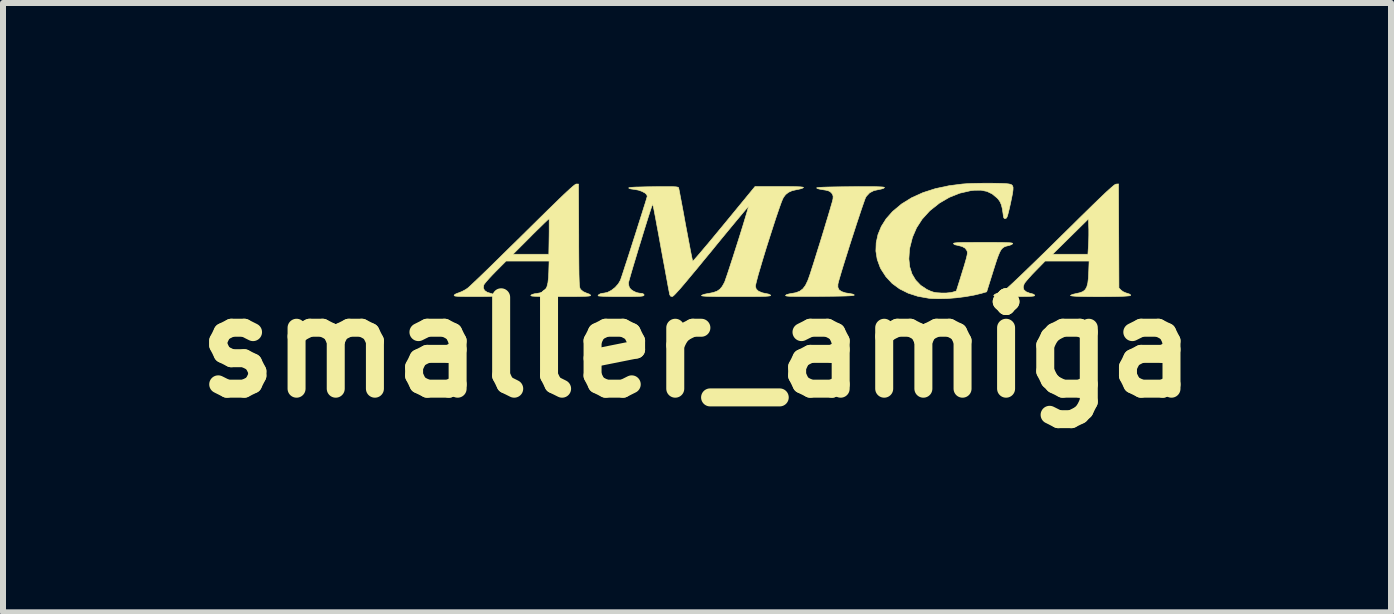
<source format=kicad_pcb>
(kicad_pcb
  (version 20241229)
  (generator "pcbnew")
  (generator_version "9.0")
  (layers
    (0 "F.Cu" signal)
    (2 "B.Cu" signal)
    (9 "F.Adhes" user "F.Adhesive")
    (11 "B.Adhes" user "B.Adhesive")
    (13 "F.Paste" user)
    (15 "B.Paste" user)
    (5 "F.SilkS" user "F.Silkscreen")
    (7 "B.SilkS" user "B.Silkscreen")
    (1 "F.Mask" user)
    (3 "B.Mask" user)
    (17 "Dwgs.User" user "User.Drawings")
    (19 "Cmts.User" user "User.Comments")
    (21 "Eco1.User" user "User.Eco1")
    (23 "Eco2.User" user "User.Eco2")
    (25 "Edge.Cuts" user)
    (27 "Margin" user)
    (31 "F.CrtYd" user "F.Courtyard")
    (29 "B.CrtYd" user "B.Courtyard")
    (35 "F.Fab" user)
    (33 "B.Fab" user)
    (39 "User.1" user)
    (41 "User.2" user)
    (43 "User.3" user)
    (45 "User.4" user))
  (footprint "smaller_amiga"
    (layer "F.Cu")
    (at 8.571 2.741)
    (property "Reference" "smaller_amiga" (at 0 0 0) (layer "F.SilkS") (effects (font (size 1.524 1.524) (thickness 0.3))))
    (attr through_hole)
    (fp_poly (pts (xy 2.921 -2.679) (xy 2.994 -2.678) (xy 3.049 -2.676) (xy 3.087 -2.674) (xy 3.11 -2.671) (xy 3.122 -2.667) (xy 3.125 -2.662) (xy 3.124 -2.662) (xy 3.106 -2.649) (xy 3.067 -2.638) (xy 3.039 -2.633) (xy 2.948 -2.613) (xy 2.878 -2.577) (xy 2.825 -2.521) (xy 2.814 -2.503) (xy 2.803 -2.48) (xy 2.786 -2.432) (xy 2.762 -2.364) (xy 2.733 -2.279) (xy 2.7 -2.179) (xy 2.663 -2.068) (xy 2.625 -1.95) (xy 2.585 -1.827) (xy 2.545 -1.703) (xy 2.507 -1.581) (xy 2.47 -1.464) (xy 2.436 -1.355) (xy 2.406 -1.257) (xy 2.382 -1.175) (xy 2.363 -1.11) (xy 2.352 -1.066) (xy 2.349 -1.055) (xy 2.348 -1.002) (xy 2.367 -0.96) (xy 2.409 -0.93) (xy 2.475 -0.908) (xy 2.544 -0.897) (xy 2.594 -0.888) (xy 2.619 -0.877) (xy 2.621 -0.87) (xy 2.611 -0.866) (xy 2.584 -0.862) (xy 2.539 -0.859) (xy 2.473 -0.856) (xy 2.385 -0.854) (xy 2.272 -0.852) (xy 2.135 -0.851) (xy 2.042 -0.85) (xy 1.897 -0.849) (xy 1.779 -0.849) (xy 1.684 -0.849) (xy 1.61 -0.85) (xy 1.555 -0.851) (xy 1.517 -0.853) (xy 1.492 -0.856) (xy 1.479 -0.86) (xy 1.476 -0.865) (xy 1.476 -0.866) (xy 1.494 -0.88) (xy 1.535 -0.891) (xy 1.564 -0.896) (xy 1.647 -0.911) (xy 1.713 -0.936) (xy 1.765 -0.976) (xy 1.808 -1.033) (xy 1.846 -1.112) (xy 1.868 -1.172) (xy 1.888 -1.23) (xy 1.912 -1.306) (xy 1.942 -1.398) (xy 1.974 -1.501) (xy 2.009 -1.614) (xy 2.046 -1.731) (xy 2.083 -1.851) (xy 2.119 -1.969) (xy 2.153 -2.083) (xy 2.185 -2.188) (xy 2.213 -2.282) (xy 2.236 -2.362) (xy 2.254 -2.423) (xy 2.264 -2.463) (xy 2.267 -2.476) (xy 2.269 -2.52) (xy 2.258 -2.552) (xy 2.242 -2.574) (xy 2.219 -2.595) (xy 2.191 -2.609) (xy 2.149 -2.62) (xy 2.099 -2.628) (xy 2.041 -2.638) (xy 2.005 -2.648) (xy 1.994 -2.658) (xy 1.994 -2.659) (xy 2.007 -2.663) (xy 2.042 -2.667) (xy 2.101 -2.67) (xy 2.185 -2.673) (xy 2.294 -2.675) (xy 2.43 -2.677) (xy 2.565 -2.678) (xy 2.709 -2.679) (xy 2.827 -2.679) (xy 2.921 -2.679)) (stroke (width 0.01) (type solid)) (fill yes) (layer "F.SilkS"))
    (fp_poly (pts (xy 7.034 -0.99) (xy 7.068 -0.955) (xy 7.102 -0.929) (xy 7.149 -0.908) (xy 7.169 -0.902) (xy 7.213 -0.887) (xy 7.23 -0.872) (xy 7.229 -0.866) (xy 7.214 -0.86) (xy 7.175 -0.856) (xy 7.115 -0.852) (xy 7.04 -0.849) (xy 6.952 -0.847) (xy 6.856 -0.846) (xy 6.754 -0.845) (xy 6.652 -0.845) (xy 6.553 -0.846) (xy 6.46 -0.847) (xy 6.377 -0.849) (xy 6.309 -0.852) (xy 6.259 -0.856) (xy 6.231 -0.861) (xy 6.226 -0.864) (xy 6.242 -0.875) (xy 6.278 -0.887) (xy 6.327 -0.898) (xy 6.389 -0.912) (xy 6.437 -0.932) (xy 6.473 -0.963) (xy 6.498 -1.008) (xy 6.515 -1.071) (xy 6.525 -1.155) (xy 6.53 -1.252) (xy 6.537 -1.439) (xy 5.804 -1.439) (xy 5.642 -1.273) (xy 5.585 -1.214) (xy 5.534 -1.158) (xy 5.492 -1.109) (xy 5.464 -1.074) (xy 5.455 -1.06) (xy 5.438 -1.006) (xy 5.448 -0.962) (xy 5.484 -0.928) (xy 5.546 -0.903) (xy 5.578 -0.896) (xy 5.614 -0.884) (xy 5.63 -0.869) (xy 5.63 -0.866) (xy 5.626 -0.86) (xy 5.611 -0.855) (xy 5.583 -0.852) (xy 5.538 -0.849) (xy 5.474 -0.848) (xy 5.387 -0.847) (xy 5.285 -0.847) (xy 5.177 -0.847) (xy 5.093 -0.848) (xy 5.032 -0.849) (xy 4.99 -0.851) (xy 4.964 -0.854) (xy 4.951 -0.859) (xy 4.947 -0.865) (xy 4.948 -0.868) (xy 4.966 -0.884) (xy 5 -0.9) (xy 5.014 -0.904) (xy 5.059 -0.92) (xy 5.112 -0.947) (xy 5.148 -0.969) (xy 5.17 -0.986) (xy 5.209 -1.022) (xy 5.266 -1.074) (xy 5.338 -1.142) (xy 5.423 -1.223) (xy 5.52 -1.317) (xy 5.628 -1.421) (xy 5.744 -1.534) (xy 5.763 -1.552) (xy 5.927 -1.552) (xy 6.517 -1.552) (xy 6.526 -1.697) (xy 6.53 -1.779) (xy 6.532 -1.873) (xy 6.532 -1.963) (xy 6.531 -1.992) (xy 6.526 -2.142) (xy 5.927 -1.552) (xy 5.763 -1.552) (xy 5.867 -1.654) (xy 5.996 -1.781) (xy 6.083 -1.867) (xy 6.24 -2.021) (xy 6.377 -2.157) (xy 6.497 -2.274) (xy 6.6 -2.375) (xy 6.689 -2.461) (xy 6.763 -2.532) (xy 6.824 -2.59) (xy 6.874 -2.635) (xy 6.913 -2.67) (xy 6.943 -2.695) (xy 6.964 -2.711) (xy 6.979 -2.719) (xy 6.985 -2.721) (xy 7.027 -2.725) (xy 7.034 -0.99)) (stroke (width 0.01) (type solid)) (fill yes) (layer "F.SilkS"))
    (fp_poly (pts (xy -1.972 -1.864) (xy -1.972 -1.687) (xy -1.971 -1.536) (xy -1.97 -1.408) (xy -1.969 -1.303) (xy -1.968 -1.217) (xy -1.966 -1.148) (xy -1.964 -1.094) (xy -1.962 -1.053) (xy -1.959 -1.023) (xy -1.956 -1.002) (xy -1.952 -0.987) (xy -1.947 -0.976) (xy -1.941 -0.967) (xy -1.939 -0.964) (xy -1.898 -0.929) (xy -1.839 -0.903) (xy -1.795 -0.887) (xy -1.775 -0.871) (xy -1.774 -0.864) (xy -1.782 -0.859) (xy -1.803 -0.855) (xy -1.841 -0.852) (xy -1.896 -0.85) (xy -1.971 -0.848) (xy -2.069 -0.847) (xy -2.191 -0.847) (xy -2.28 -0.847) (xy -2.413 -0.847) (xy -2.521 -0.847) (xy -2.605 -0.848) (xy -2.669 -0.85) (xy -2.715 -0.852) (xy -2.746 -0.854) (xy -2.763 -0.858) (xy -2.771 -0.863) (xy -2.771 -0.867) (xy -2.751 -0.882) (xy -2.706 -0.894) (xy -2.679 -0.897) (xy -2.615 -0.909) (xy -2.565 -0.929) (xy -2.529 -0.962) (xy -2.503 -1.009) (xy -2.486 -1.076) (xy -2.476 -1.165) (xy -2.472 -1.245) (xy -2.466 -1.439) (xy -3.183 -1.439) (xy -3.362 -1.259) (xy -3.421 -1.198) (xy -3.473 -1.142) (xy -3.515 -1.094) (xy -3.544 -1.058) (xy -3.555 -1.04) (xy -3.562 -0.99) (xy -3.543 -0.949) (xy -3.498 -0.918) (xy -3.427 -0.896) (xy -3.423 -0.895) (xy -3.389 -0.884) (xy -3.373 -0.868) (xy -3.373 -0.866) (xy -3.377 -0.86) (xy -3.392 -0.855) (xy -3.42 -0.852) (xy -3.465 -0.849) (xy -3.53 -0.848) (xy -3.617 -0.847) (xy -3.711 -0.847) (xy -3.82 -0.847) (xy -3.903 -0.848) (xy -3.964 -0.849) (xy -4.006 -0.852) (xy -4.033 -0.855) (xy -4.046 -0.86) (xy -4.05 -0.867) (xy -4.037 -0.883) (xy -4.001 -0.9) (xy -3.974 -0.909) (xy -3.919 -0.931) (xy -3.859 -0.963) (xy -3.825 -0.986) (xy -3.804 -1.004) (xy -3.764 -1.041) (xy -3.708 -1.094) (xy -3.636 -1.162) (xy -3.551 -1.244) (xy -3.454 -1.338) (xy -3.347 -1.443) (xy -3.236 -1.552) (xy -3.069 -1.552) (xy -2.471 -1.552) (xy -2.466 -1.845) (xy -2.465 -1.933) (xy -2.465 -2.011) (xy -2.465 -2.075) (xy -2.465 -2.12) (xy -2.466 -2.143) (xy -2.466 -2.144) (xy -2.477 -2.136) (xy -2.505 -2.111) (xy -2.548 -2.07) (xy -2.603 -2.016) (xy -2.669 -1.952) (xy -2.742 -1.88) (xy -2.77 -1.851) (xy -3.069 -1.552) (xy -3.236 -1.552) (xy -3.232 -1.556) (xy -3.109 -1.677) (xy -2.98 -1.803) (xy -2.9 -1.882) (xy -2.744 -2.036) (xy -2.606 -2.172) (xy -2.487 -2.289) (xy -2.383 -2.39) (xy -2.296 -2.475) (xy -2.222 -2.546) (xy -2.161 -2.603) (xy -2.113 -2.647) (xy -2.075 -2.68) (xy -2.047 -2.703) (xy -2.027 -2.717) (xy -2.015 -2.723) (xy -2.012 -2.723) (xy -1.976 -2.723) (xy -1.972 -1.864)) (stroke (width 0.01) (type solid)) (fill yes) (layer "F.SilkS"))
    (fp_poly (pts (xy 4.985 -2.735) (xy 5.073 -2.733) (xy 5.143 -2.73) (xy 5.186 -2.726) (xy 5.22 -2.72) (xy 5.245 -2.71) (xy 5.261 -2.693) (xy 5.269 -2.666) (xy 5.268 -2.624) (xy 5.26 -2.565) (xy 5.244 -2.485) (xy 5.226 -2.399) (xy 5.206 -2.31) (xy 5.19 -2.245) (xy 5.178 -2.2) (xy 5.168 -2.172) (xy 5.158 -2.156) (xy 5.147 -2.149) (xy 5.142 -2.148) (xy 5.125 -2.148) (xy 5.114 -2.161) (xy 5.107 -2.191) (xy 5.103 -2.224) (xy 5.09 -2.311) (xy 5.074 -2.376) (xy 5.052 -2.427) (xy 5.022 -2.47) (xy 5.001 -2.492) (xy 4.921 -2.558) (xy 4.834 -2.6) (xy 4.735 -2.62) (xy 4.621 -2.619) (xy 4.562 -2.612) (xy 4.379 -2.57) (xy 4.206 -2.501) (xy 4.043 -2.406) (xy 3.89 -2.285) (xy 3.87 -2.266) (xy 3.753 -2.137) (xy 3.66 -1.993) (xy 3.592 -1.836) (xy 3.548 -1.664) (xy 3.541 -1.619) (xy 3.532 -1.474) (xy 3.546 -1.342) (xy 3.584 -1.223) (xy 3.645 -1.121) (xy 3.728 -1.034) (xy 3.832 -0.965) (xy 3.845 -0.959) (xy 3.898 -0.935) (xy 3.943 -0.92) (xy 3.992 -0.911) (xy 4.056 -0.907) (xy 4.07 -0.906) (xy 4.156 -0.906) (xy 4.228 -0.913) (xy 4.261 -0.92) (xy 4.323 -0.939) (xy 4.385 -1.136) (xy 4.422 -1.256) (xy 4.452 -1.352) (xy 4.474 -1.427) (xy 4.49 -1.484) (xy 4.5 -1.526) (xy 4.506 -1.557) (xy 4.507 -1.58) (xy 4.505 -1.597) (xy 4.5 -1.611) (xy 4.5 -1.612) (xy 4.471 -1.653) (xy 4.421 -1.681) (xy 4.348 -1.7) (xy 4.343 -1.701) (xy 4.297 -1.711) (xy 4.277 -1.726) (xy 4.276 -1.73) (xy 4.28 -1.736) (xy 4.293 -1.74) (xy 4.319 -1.743) (xy 4.359 -1.746) (xy 4.416 -1.748) (xy 4.494 -1.749) (xy 4.593 -1.749) (xy 4.717 -1.75) (xy 4.77 -1.75) (xy 4.904 -1.75) (xy 5.013 -1.749) (xy 5.099 -1.748) (xy 5.163 -1.746) (xy 5.21 -1.744) (xy 5.24 -1.741) (xy 5.257 -1.737) (xy 5.263 -1.732) (xy 5.263 -1.731) (xy 5.25 -1.716) (xy 5.215 -1.702) (xy 5.188 -1.695) (xy 5.151 -1.686) (xy 5.121 -1.674) (xy 5.095 -1.656) (xy 5.071 -1.63) (xy 5.049 -1.591) (xy 5.026 -1.538) (xy 5 -1.467) (xy 4.97 -1.375) (xy 4.935 -1.264) (xy 4.829 -0.926) (xy 4.74 -0.9) (xy 4.614 -0.87) (xy 4.472 -0.845) (xy 4.321 -0.826) (xy 4.17 -0.814) (xy 4.027 -0.811) (xy 3.9 -0.815) (xy 3.862 -0.819) (xy 3.682 -0.851) (xy 3.521 -0.903) (xy 3.377 -0.975) (xy 3.253 -1.066) (xy 3.15 -1.177) (xy 3.067 -1.305) (xy 3.053 -1.333) (xy 3.004 -1.467) (xy 2.982 -1.605) (xy 2.987 -1.744) (xy 3.017 -1.881) (xy 3.072 -2.015) (xy 3.152 -2.142) (xy 3.257 -2.261) (xy 3.263 -2.267) (xy 3.41 -2.39) (xy 3.578 -2.494) (xy 3.766 -2.579) (xy 3.974 -2.646) (xy 4.204 -2.695) (xy 4.424 -2.723) (xy 4.492 -2.728) (xy 4.579 -2.732) (xy 4.677 -2.734) (xy 4.782 -2.736) (xy 4.886 -2.736) (xy 4.985 -2.735)) (stroke (width 0.01) (type solid)) (fill yes) (layer "F.SilkS"))
    (fp_poly (pts (xy 1.498 -2.681) (xy 1.596 -2.68) (xy 1.67 -2.678) (xy 1.723 -2.676) (xy 1.756 -2.672) (xy 1.772 -2.668) (xy 1.775 -2.664) (xy 1.759 -2.654) (xy 1.723 -2.642) (xy 1.674 -2.631) (xy 1.669 -2.631) (xy 1.586 -2.612) (xy 1.525 -2.585) (xy 1.477 -2.547) (xy 1.44 -2.498) (xy 1.426 -2.469) (xy 1.405 -2.417) (xy 1.379 -2.345) (xy 1.348 -2.255) (xy 1.313 -2.152) (xy 1.276 -2.038) (xy 1.237 -1.917) (xy 1.197 -1.792) (xy 1.157 -1.666) (xy 1.119 -1.542) (xy 1.083 -1.423) (xy 1.051 -1.314) (xy 1.022 -1.217) (xy 1 -1.134) (xy 0.984 -1.071) (xy 0.975 -1.029) (xy 0.974 -1.017) (xy 0.987 -0.971) (xy 1.026 -0.935) (xy 1.091 -0.909) (xy 1.134 -0.9) (xy 1.192 -0.888) (xy 1.222 -0.874) (xy 1.228 -0.866) (xy 1.223 -0.861) (xy 1.209 -0.857) (xy 1.183 -0.854) (xy 1.142 -0.851) (xy 1.084 -0.849) (xy 1.007 -0.848) (xy 0.908 -0.847) (xy 0.786 -0.847) (xy 0.648 -0.847) (xy 0.498 -0.847) (xy 0.375 -0.847) (xy 0.276 -0.848) (xy 0.199 -0.85) (xy 0.142 -0.852) (xy 0.104 -0.855) (xy 0.082 -0.858) (xy 0.074 -0.863) (xy 0.074 -0.864) (xy 0.09 -0.874) (xy 0.126 -0.886) (xy 0.176 -0.896) (xy 0.185 -0.897) (xy 0.27 -0.914) (xy 0.333 -0.936) (xy 0.38 -0.968) (xy 0.419 -1.014) (xy 0.455 -1.078) (xy 0.456 -1.079) (xy 0.466 -1.104) (xy 0.482 -1.151) (xy 0.505 -1.217) (xy 0.532 -1.299) (xy 0.563 -1.394) (xy 0.597 -1.498) (xy 0.632 -1.608) (xy 0.668 -1.721) (xy 0.704 -1.834) (xy 0.738 -1.943) (xy 0.77 -2.046) (xy 0.798 -2.139) (xy 0.822 -2.219) (xy 0.841 -2.283) (xy 0.853 -2.327) (xy 0.858 -2.348) (xy 0.858 -2.35) (xy 0.849 -2.34) (xy 0.823 -2.31) (xy 0.782 -2.262) (xy 0.728 -2.197) (xy 0.661 -2.117) (xy 0.584 -2.024) (xy 0.498 -1.92) (xy 0.404 -1.806) (xy 0.304 -1.684) (xy 0.236 -1.6) (xy 0.111 -1.449) (xy 0.004 -1.318) (xy -0.089 -1.207) (xy -0.167 -1.113) (xy -0.232 -1.036) (xy -0.285 -0.974) (xy -0.328 -0.927) (xy -0.361 -0.891) (xy -0.385 -0.867) (xy -0.402 -0.853) (xy -0.414 -0.847) (xy -0.416 -0.847) (xy -0.443 -0.855) (xy -0.457 -0.883) (xy -0.457 -0.885) (xy -0.461 -0.907) (xy -0.47 -0.953) (xy -0.483 -1.021) (xy -0.499 -1.109) (xy -0.518 -1.212) (xy -0.539 -1.328) (xy -0.563 -1.455) (xy -0.586 -1.58) (xy -0.617 -1.751) (xy -0.643 -1.895) (xy -0.666 -2.016) (xy -0.684 -2.115) (xy -0.699 -2.195) (xy -0.711 -2.257) (xy -0.72 -2.304) (xy -0.727 -2.338) (xy -0.733 -2.361) (xy -0.736 -2.374) (xy -0.739 -2.38) (xy -0.741 -2.382) (xy -0.742 -2.381) (xy -0.749 -2.365) (xy -0.763 -2.325) (xy -0.783 -2.265) (xy -0.808 -2.188) (xy -0.837 -2.096) (xy -0.869 -1.993) (xy -0.903 -1.883) (xy -0.938 -1.768) (xy -0.974 -1.653) (xy -1.008 -1.539) (xy -1.041 -1.43) (xy -1.071 -1.331) (xy -1.097 -1.242) (xy -1.118 -1.169) (xy -1.133 -1.115) (xy -1.142 -1.081) (xy -1.143 -1.073) (xy -1.137 -1.028) (xy -1.127 -0.996) (xy -1.101 -0.965) (xy -1.058 -0.936) (xy -1.008 -0.913) (xy -0.96 -0.903) (xy -0.956 -0.903) (xy -0.909 -0.898) (xy -0.885 -0.884) (xy -0.884 -0.867) (xy -0.891 -0.861) (xy -0.907 -0.856) (xy -0.936 -0.852) (xy -0.981 -0.85) (xy -1.044 -0.848) (xy -1.129 -0.847) (xy -1.238 -0.847) (xy -1.272 -0.847) (xy -1.389 -0.847) (xy -1.487 -0.849) (xy -1.564 -0.851) (xy -1.618 -0.854) (xy -1.647 -0.858) (xy -1.651 -0.86) (xy -1.638 -0.879) (xy -1.607 -0.895) (xy -1.567 -0.903) (xy -1.557 -0.903) (xy -1.494 -0.916) (xy -1.428 -0.95) (xy -1.365 -0.999) (xy -1.312 -1.059) (xy -1.277 -1.119) (xy -1.269 -1.142) (xy -1.253 -1.189) (xy -1.231 -1.256) (xy -1.204 -1.34) (xy -1.172 -1.437) (xy -1.137 -1.545) (xy -1.1 -1.66) (xy -1.062 -1.78) (xy -1.023 -1.901) (xy -0.986 -2.019) (xy -0.95 -2.132) (xy -0.917 -2.236) (xy -0.888 -2.329) (xy -0.863 -2.407) (xy -0.845 -2.467) (xy -0.834 -2.505) (xy -0.83 -2.518) (xy -0.839 -2.546) (xy -0.869 -2.574) (xy -0.917 -2.6) (xy -0.977 -2.621) (xy -1.043 -2.633) (xy -1.049 -2.634) (xy -1.102 -2.641) (xy -1.133 -2.65) (xy -1.139 -2.659) (xy -1.125 -2.664) (xy -1.088 -2.668) (xy -1.026 -2.672) (xy -0.939 -2.674) (xy -0.825 -2.677) (xy -0.723 -2.678) (xy -0.604 -2.679) (xy -0.511 -2.679) (xy -0.439 -2.679) (xy -0.387 -2.678) (xy -0.351 -2.676) (xy -0.328 -2.672) (xy -0.314 -2.668) (xy -0.308 -2.662) (xy -0.306 -2.657) (xy -0.302 -2.638) (xy -0.293 -2.594) (xy -0.281 -2.529) (xy -0.265 -2.445) (xy -0.246 -2.345) (xy -0.225 -2.233) (xy -0.203 -2.11) (xy -0.19 -2.039) (xy -0.166 -1.913) (xy -0.144 -1.796) (xy -0.124 -1.691) (xy -0.107 -1.6) (xy -0.092 -1.526) (xy -0.081 -1.473) (xy -0.074 -1.442) (xy -0.072 -1.437) (xy -0.062 -1.445) (xy -0.035 -1.474) (xy 0.006 -1.521) (xy 0.06 -1.584) (xy 0.125 -1.661) (xy 0.201 -1.751) (xy 0.284 -1.851) (xy 0.374 -1.96) (xy 0.452 -2.054) (xy 0.967 -2.681) (xy 1.373 -2.681) (xy 1.498 -2.681)) (stroke (width 0.01) (type solid)) (fill yes) (layer "F.SilkS")))
  (gr_rect
    (start -3 -3)
    (end 20.141 7.159)
    (stroke (width 0.1) (type default))
    (fill no)
    (layer "Edge.Cuts")))
</source>
